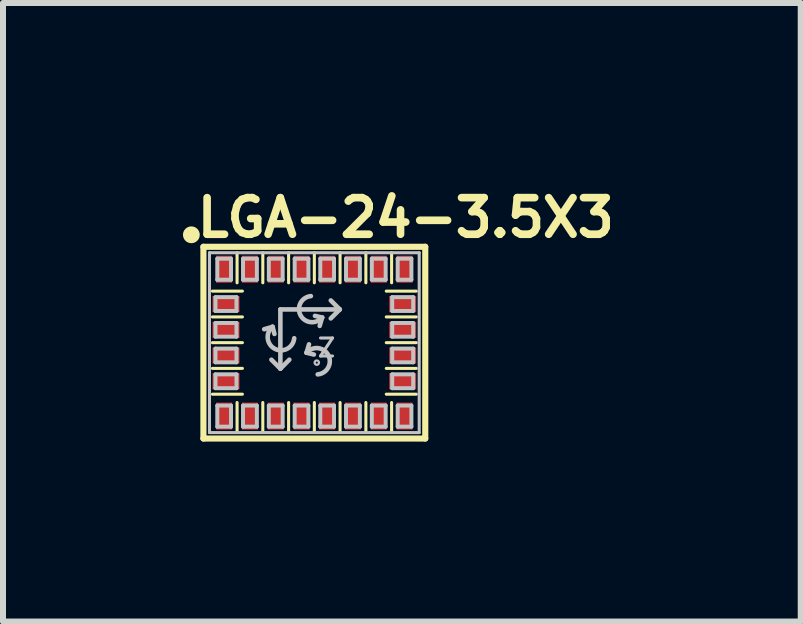
<source format=kicad_pcb>
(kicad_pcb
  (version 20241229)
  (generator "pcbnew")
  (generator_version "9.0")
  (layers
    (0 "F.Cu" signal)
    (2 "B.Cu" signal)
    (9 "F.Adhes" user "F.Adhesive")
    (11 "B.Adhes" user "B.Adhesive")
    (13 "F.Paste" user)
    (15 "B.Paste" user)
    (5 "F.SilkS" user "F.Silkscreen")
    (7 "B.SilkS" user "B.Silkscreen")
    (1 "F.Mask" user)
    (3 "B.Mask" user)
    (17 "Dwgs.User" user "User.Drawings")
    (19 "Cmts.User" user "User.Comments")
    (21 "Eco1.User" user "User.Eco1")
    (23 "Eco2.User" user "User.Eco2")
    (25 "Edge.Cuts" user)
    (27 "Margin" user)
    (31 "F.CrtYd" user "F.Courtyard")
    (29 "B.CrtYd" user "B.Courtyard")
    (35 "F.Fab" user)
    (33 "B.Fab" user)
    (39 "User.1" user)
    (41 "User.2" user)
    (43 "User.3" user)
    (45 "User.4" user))
  (footprint "LGA-24-3.5X3"
    (layer "F.Cu")
    (at 2.19 2.662)
    (property "Reference" "LGA-24-3.5X3" (at 1.524 -2.083 0) (layer "F.SilkS") (effects (font (size 0.61 0.61) (thickness 0.127))))
    (attr smd)
    (fp_line (start -1.849 -1.598) (end 1.849 -1.598) (stroke (width 0.102) (type solid)) (layer "F.SilkS"))
    (fp_line (start -1.849 1.598) (end -1.849 -1.598) (stroke (width 0.102) (type solid)) (layer "F.SilkS"))
    (fp_line (start -1.699 -0.859) (end -1.199 -0.859) (stroke (width 0.051) (type solid)) (layer "F.SilkS"))
    (fp_line (start -1.699 -0.429) (end -1.199 -0.429) (stroke (width 0.051) (type solid)) (layer "F.SilkS"))
    (fp_line (start -1.699 0) (end -1.199 0) (stroke (width 0.051) (type solid)) (layer "F.SilkS"))
    (fp_line (start -1.699 0.429) (end -1.199 0.429) (stroke (width 0.051) (type solid)) (layer "F.SilkS"))
    (fp_line (start -1.699 0.859) (end -1.199 0.859) (stroke (width 0.051) (type solid)) (layer "F.SilkS"))
    (fp_line (start -1.288 -1.499) (end -1.288 -0.998) (stroke (width 0.051) (type solid)) (layer "F.SilkS"))
    (fp_line (start -1.288 1.499) (end -1.288 0.998) (stroke (width 0.051) (type solid)) (layer "F.SilkS"))
    (fp_line (start -0.859 -1.499) (end -0.859 -0.998) (stroke (width 0.051) (type solid)) (layer "F.SilkS"))
    (fp_line (start -0.859 1.499) (end -0.859 0.998) (stroke (width 0.051) (type solid)) (layer "F.SilkS"))
    (fp_line (start -0.429 -1.499) (end -0.429 -0.998) (stroke (width 0.051) (type solid)) (layer "F.SilkS"))
    (fp_line (start -0.429 1.499) (end -0.429 0.998) (stroke (width 0.051) (type solid)) (layer "F.SilkS"))
    (fp_line (start 0 -1.499) (end 0 -0.998) (stroke (width 0.051) (type solid)) (layer "F.SilkS"))
    (fp_line (start 0 1.499) (end 0 0.998) (stroke (width 0.051) (type solid)) (layer "F.SilkS"))
    (fp_line (start 0.429 -1.499) (end 0.429 -0.998) (stroke (width 0.051) (type solid)) (layer "F.SilkS"))
    (fp_line (start 0.429 1.499) (end 0.429 0.998) (stroke (width 0.051) (type solid)) (layer "F.SilkS"))
    (fp_line (start 0.859 -1.499) (end 0.859 -0.998) (stroke (width 0.051) (type solid)) (layer "F.SilkS"))
    (fp_line (start 0.859 1.499) (end 0.859 0.998) (stroke (width 0.051) (type solid)) (layer "F.SilkS"))
    (fp_line (start 1.288 -1.499) (end 1.288 -0.998) (stroke (width 0.051) (type solid)) (layer "F.SilkS"))
    (fp_line (start 1.288 1.499) (end 1.288 0.998) (stroke (width 0.051) (type solid)) (layer "F.SilkS"))
    (fp_line (start 1.699 -0.859) (end 1.199 -0.859) (stroke (width 0.051) (type solid)) (layer "F.SilkS"))
    (fp_line (start 1.699 -0.429) (end 1.199 -0.429) (stroke (width 0.051) (type solid)) (layer "F.SilkS"))
    (fp_line (start 1.699 0) (end 1.199 0) (stroke (width 0.051) (type solid)) (layer "F.SilkS"))
    (fp_line (start 1.699 0.429) (end 1.199 0.429) (stroke (width 0.051) (type solid)) (layer "F.SilkS"))
    (fp_line (start 1.699 0.859) (end 1.199 0.859) (stroke (width 0.051) (type solid)) (layer "F.SilkS"))
    (fp_line (start 1.849 -1.598) (end 1.849 1.598) (stroke (width 0.102) (type solid)) (layer "F.SilkS"))
    (fp_line (start 1.849 1.598) (end -1.849 1.598) (stroke (width 0.102) (type solid)) (layer "F.SilkS"))
    (fp_circle (center -2.05 -1.798) (end -2.149 -1.897) (stroke (width 0) (type solid)) (fill yes) (layer "F.SilkS"))
    (fp_line (start -1.748 -1.499) (end 1.748 -1.499) (stroke (width 0.051) (type solid)) (layer "Dwgs.User"))
    (fp_line (start -1.748 1.499) (end -1.748 -1.499) (stroke (width 0.051) (type solid)) (layer "Dwgs.User"))
    (fp_line (start -1.648 -0.759) (end -1.298 -0.759) (stroke (width 0.066) (type solid)) (layer "Dwgs.User"))
    (fp_line (start -1.648 -0.528) (end -1.648 -0.759) (stroke (width 0.066) (type solid)) (layer "Dwgs.User"))
    (fp_line (start -1.648 -0.528) (end -1.298 -0.528) (stroke (width 0.066) (type solid)) (layer "Dwgs.User"))
    (fp_line (start -1.648 -0.328) (end -1.298 -0.328) (stroke (width 0.066) (type solid)) (layer "Dwgs.User"))
    (fp_line (start -1.648 -0.099) (end -1.648 -0.328) (stroke (width 0.066) (type solid)) (layer "Dwgs.User"))
    (fp_line (start -1.648 -0.099) (end -1.298 -0.099) (stroke (width 0.066) (type solid)) (layer "Dwgs.User"))
    (fp_line (start -1.648 0.099) (end -1.298 0.099) (stroke (width 0.066) (type solid)) (layer "Dwgs.User"))
    (fp_line (start -1.648 0.328) (end -1.648 0.099) (stroke (width 0.066) (type solid)) (layer "Dwgs.User"))
    (fp_line (start -1.648 0.328) (end -1.298 0.328) (stroke (width 0.066) (type solid)) (layer "Dwgs.User"))
    (fp_line (start -1.648 0.528) (end -1.298 0.528) (stroke (width 0.066) (type solid)) (layer "Dwgs.User"))
    (fp_line (start -1.648 0.759) (end -1.648 0.528) (stroke (width 0.066) (type solid)) (layer "Dwgs.User"))
    (fp_line (start -1.648 0.759) (end -1.298 0.759) (stroke (width 0.066) (type solid)) (layer "Dwgs.User"))
    (fp_line (start -1.618 -1.4) (end -1.389 -1.4) (stroke (width 0.066) (type solid)) (layer "Dwgs.User"))
    (fp_line (start -1.618 -1.049) (end -1.618 -1.4) (stroke (width 0.066) (type solid)) (layer "Dwgs.User"))
    (fp_line (start -1.618 -1.049) (end -1.389 -1.049) (stroke (width 0.066) (type solid)) (layer "Dwgs.User"))
    (fp_line (start -1.618 1.049) (end -1.389 1.049) (stroke (width 0.066) (type solid)) (layer "Dwgs.User"))
    (fp_line (start -1.618 1.4) (end -1.618 1.049) (stroke (width 0.066) (type solid)) (layer "Dwgs.User"))
    (fp_line (start -1.618 1.4) (end -1.389 1.4) (stroke (width 0.066) (type solid)) (layer "Dwgs.User"))
    (fp_line (start -1.389 -1.049) (end -1.389 -1.4) (stroke (width 0.066) (type solid)) (layer "Dwgs.User"))
    (fp_line (start -1.389 1.4) (end -1.389 1.049) (stroke (width 0.066) (type solid)) (layer "Dwgs.User"))
    (fp_line (start -1.298 -0.528) (end -1.298 -0.759) (stroke (width 0.066) (type solid)) (layer "Dwgs.User"))
    (fp_line (start -1.298 -0.099) (end -1.298 -0.328) (stroke (width 0.066) (type solid)) (layer "Dwgs.User"))
    (fp_line (start -1.298 0.328) (end -1.298 0.099) (stroke (width 0.066) (type solid)) (layer "Dwgs.User"))
    (fp_line (start -1.298 0.759) (end -1.298 0.528) (stroke (width 0.066) (type solid)) (layer "Dwgs.User"))
    (fp_line (start -1.189 -1.4) (end -0.958 -1.4) (stroke (width 0.066) (type solid)) (layer "Dwgs.User"))
    (fp_line (start -1.189 -1.049) (end -1.189 -1.4) (stroke (width 0.066) (type solid)) (layer "Dwgs.User"))
    (fp_line (start -1.189 -1.049) (end -0.958 -1.049) (stroke (width 0.066) (type solid)) (layer "Dwgs.User"))
    (fp_line (start -1.189 1.049) (end -0.958 1.049) (stroke (width 0.066) (type solid)) (layer "Dwgs.User"))
    (fp_line (start -1.189 1.4) (end -1.189 1.049) (stroke (width 0.066) (type solid)) (layer "Dwgs.User"))
    (fp_line (start -1.189 1.4) (end -0.958 1.4) (stroke (width 0.066) (type solid)) (layer "Dwgs.User"))
    (fp_line (start -0.958 -1.049) (end -0.958 -1.4) (stroke (width 0.066) (type solid)) (layer "Dwgs.User"))
    (fp_line (start -0.958 1.4) (end -0.958 1.049) (stroke (width 0.066) (type solid)) (layer "Dwgs.User"))
    (fp_line (start -0.759 -1.4) (end -0.528 -1.4) (stroke (width 0.066) (type solid)) (layer "Dwgs.User"))
    (fp_line (start -0.759 -1.049) (end -0.759 -1.4) (stroke (width 0.066) (type solid)) (layer "Dwgs.User"))
    (fp_line (start -0.759 -1.049) (end -0.528 -1.049) (stroke (width 0.066) (type solid)) (layer "Dwgs.User"))
    (fp_line (start -0.759 1.049) (end -0.528 1.049) (stroke (width 0.066) (type solid)) (layer "Dwgs.User"))
    (fp_line (start -0.759 1.4) (end -0.759 1.049) (stroke (width 0.066) (type solid)) (layer "Dwgs.User"))
    (fp_line (start -0.759 1.4) (end -0.528 1.4) (stroke (width 0.066) (type solid)) (layer "Dwgs.User"))
    (fp_line (start -0.696 -0.264) (end -0.836 -0.224) (stroke (width 0.076) (type solid)) (layer "Dwgs.User"))
    (fp_line (start -0.696 -0.264) (end -0.665 -0.145) (stroke (width 0.076) (type solid)) (layer "Dwgs.User"))
    (fp_line (start -0.566 0.432) (end -0.566 -0.554) (stroke (width 0.076) (type solid)) (layer "Dwgs.User"))
    (fp_line (start -0.566 0.434) (end -0.716 0.284) (stroke (width 0.076) (type solid)) (layer "Dwgs.User"))
    (fp_line (start -0.566 0.434) (end -0.417 0.284) (stroke (width 0.076) (type solid)) (layer "Dwgs.User"))
    (fp_line (start -0.528 -1.049) (end -0.528 -1.4) (stroke (width 0.066) (type solid)) (layer "Dwgs.User"))
    (fp_line (start -0.528 1.4) (end -0.528 1.049) (stroke (width 0.066) (type solid)) (layer "Dwgs.User"))
    (fp_line (start -0.328 -1.4) (end -0.099 -1.4) (stroke (width 0.066) (type solid)) (layer "Dwgs.User"))
    (fp_line (start -0.328 -1.049) (end -0.328 -1.4) (stroke (width 0.066) (type solid)) (layer "Dwgs.User"))
    (fp_line (start -0.328 -1.049) (end -0.099 -1.049) (stroke (width 0.066) (type solid)) (layer "Dwgs.User"))
    (fp_line (start -0.328 1.049) (end -0.099 1.049) (stroke (width 0.066) (type solid)) (layer "Dwgs.User"))
    (fp_line (start -0.328 1.4) (end -0.328 1.049) (stroke (width 0.066) (type solid)) (layer "Dwgs.User"))
    (fp_line (start -0.328 1.4) (end -0.099 1.4) (stroke (width 0.066) (type solid)) (layer "Dwgs.User"))
    (fp_line (start -0.13 0.168) (end -0.089 0.028) (stroke (width 0.076) (type solid)) (layer "Dwgs.User"))
    (fp_line (start -0.13 0.168) (end -0.008 0.198) (stroke (width 0.076) (type solid)) (layer "Dwgs.User"))
    (fp_line (start -0.099 -1.049) (end -0.099 -1.4) (stroke (width 0.066) (type solid)) (layer "Dwgs.User"))
    (fp_line (start -0.099 1.4) (end -0.099 1.049) (stroke (width 0.066) (type solid)) (layer "Dwgs.User"))
    (fp_line (start 0.099 -1.4) (end 0.328 -1.4) (stroke (width 0.066) (type solid)) (layer "Dwgs.User"))
    (fp_line (start 0.099 -1.049) (end 0.099 -1.4) (stroke (width 0.066) (type solid)) (layer "Dwgs.User"))
    (fp_line (start 0.099 -1.049) (end 0.328 -1.049) (stroke (width 0.066) (type solid)) (layer "Dwgs.User"))
    (fp_line (start 0.099 1.049) (end 0.328 1.049) (stroke (width 0.066) (type solid)) (layer "Dwgs.User"))
    (fp_line (start 0.099 1.4) (end 0.099 1.049) (stroke (width 0.066) (type solid)) (layer "Dwgs.User"))
    (fp_line (start 0.099 1.4) (end 0.328 1.4) (stroke (width 0.066) (type solid)) (layer "Dwgs.User"))
    (fp_line (start 0.13 -0.419) (end 0.01 -0.447) (stroke (width 0.076) (type solid)) (layer "Dwgs.User"))
    (fp_line (start 0.13 -0.419) (end 0.089 -0.279) (stroke (width 0.076) (type solid)) (layer "Dwgs.User"))
    (fp_line (start 0.328 -1.049) (end 0.328 -1.4) (stroke (width 0.066) (type solid)) (layer "Dwgs.User"))
    (fp_line (start 0.328 1.4) (end 0.328 1.049) (stroke (width 0.066) (type solid)) (layer "Dwgs.User"))
    (fp_line (start 0.424 -0.554) (end -0.566 -0.554) (stroke (width 0.076) (type solid)) (layer "Dwgs.User"))
    (fp_line (start 0.424 -0.554) (end 0.274 -0.704) (stroke (width 0.076) (type solid)) (layer "Dwgs.User"))
    (fp_line (start 0.424 -0.554) (end 0.274 -0.404) (stroke (width 0.076) (type solid)) (layer "Dwgs.User"))
    (fp_line (start 0.528 -1.4) (end 0.759 -1.4) (stroke (width 0.066) (type solid)) (layer "Dwgs.User"))
    (fp_line (start 0.528 -1.049) (end 0.528 -1.4) (stroke (width 0.066) (type solid)) (layer "Dwgs.User"))
    (fp_line (start 0.528 -1.049) (end 0.759 -1.049) (stroke (width 0.066) (type solid)) (layer "Dwgs.User"))
    (fp_line (start 0.528 1.049) (end 0.759 1.049) (stroke (width 0.066) (type solid)) (layer "Dwgs.User"))
    (fp_line (start 0.528 1.4) (end 0.528 1.049) (stroke (width 0.066) (type solid)) (layer "Dwgs.User"))
    (fp_line (start 0.528 1.4) (end 0.759 1.4) (stroke (width 0.066) (type solid)) (layer "Dwgs.User"))
    (fp_line (start 0.759 -1.049) (end 0.759 -1.4) (stroke (width 0.066) (type solid)) (layer "Dwgs.User"))
    (fp_line (start 0.759 1.4) (end 0.759 1.049) (stroke (width 0.066) (type solid)) (layer "Dwgs.User"))
    (fp_line (start 0.958 -1.4) (end 1.189 -1.4) (stroke (width 0.066) (type solid)) (layer "Dwgs.User"))
    (fp_line (start 0.958 -1.049) (end 0.958 -1.4) (stroke (width 0.066) (type solid)) (layer "Dwgs.User"))
    (fp_line (start 0.958 -1.049) (end 1.189 -1.049) (stroke (width 0.066) (type solid)) (layer "Dwgs.User"))
    (fp_line (start 0.958 1.049) (end 1.189 1.049) (stroke (width 0.066) (type solid)) (layer "Dwgs.User"))
    (fp_line (start 0.958 1.4) (end 0.958 1.049) (stroke (width 0.066) (type solid)) (layer "Dwgs.User"))
    (fp_line (start 0.958 1.4) (end 1.189 1.4) (stroke (width 0.066) (type solid)) (layer "Dwgs.User"))
    (fp_line (start 1.189 -1.049) (end 1.189 -1.4) (stroke (width 0.066) (type solid)) (layer "Dwgs.User"))
    (fp_line (start 1.189 1.4) (end 1.189 1.049) (stroke (width 0.066) (type solid)) (layer "Dwgs.User"))
    (fp_line (start 1.298 -0.759) (end 1.648 -0.759) (stroke (width 0.066) (type solid)) (layer "Dwgs.User"))
    (fp_line (start 1.298 -0.528) (end 1.298 -0.759) (stroke (width 0.066) (type solid)) (layer "Dwgs.User"))
    (fp_line (start 1.298 -0.528) (end 1.648 -0.528) (stroke (width 0.066) (type solid)) (layer "Dwgs.User"))
    (fp_line (start 1.298 -0.328) (end 1.648 -0.328) (stroke (width 0.066) (type solid)) (layer "Dwgs.User"))
    (fp_line (start 1.298 -0.099) (end 1.298 -0.328) (stroke (width 0.066) (type solid)) (layer "Dwgs.User"))
    (fp_line (start 1.298 -0.099) (end 1.648 -0.099) (stroke (width 0.066) (type solid)) (layer "Dwgs.User"))
    (fp_line (start 1.298 0.099) (end 1.648 0.099) (stroke (width 0.066) (type solid)) (layer "Dwgs.User"))
    (fp_line (start 1.298 0.328) (end 1.298 0.099) (stroke (width 0.066) (type solid)) (layer "Dwgs.User"))
    (fp_line (start 1.298 0.328) (end 1.648 0.328) (stroke (width 0.066) (type solid)) (layer "Dwgs.User"))
    (fp_line (start 1.298 0.528) (end 1.648 0.528) (stroke (width 0.066) (type solid)) (layer "Dwgs.User"))
    (fp_line (start 1.298 0.759) (end 1.298 0.528) (stroke (width 0.066) (type solid)) (layer "Dwgs.User"))
    (fp_line (start 1.298 0.759) (end 1.648 0.759) (stroke (width 0.066) (type solid)) (layer "Dwgs.User"))
    (fp_line (start 1.389 -1.4) (end 1.618 -1.4) (stroke (width 0.066) (type solid)) (layer "Dwgs.User"))
    (fp_line (start 1.389 -1.049) (end 1.389 -1.4) (stroke (width 0.066) (type solid)) (layer "Dwgs.User"))
    (fp_line (start 1.389 -1.049) (end 1.618 -1.049) (stroke (width 0.066) (type solid)) (layer "Dwgs.User"))
    (fp_line (start 1.389 1.049) (end 1.618 1.049) (stroke (width 0.066) (type solid)) (layer "Dwgs.User"))
    (fp_line (start 1.389 1.4) (end 1.389 1.049) (stroke (width 0.066) (type solid)) (layer "Dwgs.User"))
    (fp_line (start 1.389 1.4) (end 1.618 1.4) (stroke (width 0.066) (type solid)) (layer "Dwgs.User"))
    (fp_line (start 1.618 -1.049) (end 1.618 -1.4) (stroke (width 0.066) (type solid)) (layer "Dwgs.User"))
    (fp_line (start 1.618 1.4) (end 1.618 1.049) (stroke (width 0.066) (type solid)) (layer "Dwgs.User"))
    (fp_line (start 1.648 -0.528) (end 1.648 -0.759) (stroke (width 0.066) (type solid)) (layer "Dwgs.User"))
    (fp_line (start 1.648 -0.099) (end 1.648 -0.328) (stroke (width 0.066) (type solid)) (layer "Dwgs.User"))
    (fp_line (start 1.648 0.328) (end 1.648 0.099) (stroke (width 0.066) (type solid)) (layer "Dwgs.User"))
    (fp_line (start 1.648 0.759) (end 1.648 0.528) (stroke (width 0.066) (type solid)) (layer "Dwgs.User"))
    (fp_line (start 1.748 -1.499) (end 1.748 1.499) (stroke (width 0.051) (type solid)) (layer "Dwgs.User"))
    (fp_line (start 1.748 1.499) (end -1.748 1.499) (stroke (width 0.051) (type solid)) (layer "Dwgs.User"))
    (fp_arc (start -0.33528 -0.07366) (mid -0.659599 0.102403) (end -0.698148 -0.264605) (stroke (width 0.0762) (type solid)) (layer "Dwgs.User"))
    (fp_arc (start -0.12954 0.16764) (mid 0.233666 0.209434) (end 0.056061 0.528998) (stroke (width 0.0762) (type solid)) (layer "Dwgs.User"))
    (fp_arc (start 0.12954 -0.4191) (mid -0.231319 -0.457382) (end -0.057857 -0.776122) (stroke (width 0.0762) (type solid)) (layer "Dwgs.User"))
    (fp_circle (center 0.041 0.333) (end 0.053 0.345) (stroke (width 0.038) (type solid)) (fill no) (layer "Dwgs.User"))
    (fp_text user "Z" (at 0.203 0.086 180) (layer "Dwgs.User") (effects (font (size 0.3 0.3) (thickness 0.051))))
    (pad "1" smd rect (at -1.504 -1.224 90) (size 0.45 0.269) (layers "F.Cu" "F.Mask" "F.Paste"))
    (pad "2" smd rect (at -1.473 -0.643 180) (size 0.45 0.269) (layers "F.Cu" "F.Mask" "F.Paste"))
    (pad "3" smd rect (at -1.473 -0.213 180) (size 0.45 0.269) (layers "F.Cu" "F.Mask" "F.Paste"))
    (pad "4" smd rect (at -1.473 0.213 180) (size 0.45 0.269) (layers "F.Cu" "F.Mask" "F.Paste"))
    (pad "5" smd rect (at -1.473 0.643 180) (size 0.45 0.269) (layers "F.Cu" "F.Mask" "F.Paste"))
    (pad "6" smd rect (at -1.504 1.224 270) (size 0.45 0.269) (layers "F.Cu" "F.Mask" "F.Paste"))
    (pad "7" smd rect (at -1.074 1.224 270) (size 0.45 0.269) (layers "F.Cu" "F.Mask" "F.Paste"))
    (pad "8" smd rect (at -0.643 1.224 270) (size 0.45 0.269) (layers "F.Cu" "F.Mask" "F.Paste"))
    (pad "9" smd rect (at -0.213 1.224 270) (size 0.45 0.269) (layers "F.Cu" "F.Mask" "F.Paste"))
    (pad "10" smd rect (at 0.213 1.224 270) (size 0.45 0.269) (layers "F.Cu" "F.Mask" "F.Paste"))
    (pad "11" smd rect (at 0.643 1.224 270) (size 0.45 0.269) (layers "F.Cu" "F.Mask" "F.Paste"))
    (pad "12" smd rect (at 1.074 1.224 270) (size 0.45 0.269) (layers "F.Cu" "F.Mask" "F.Paste"))
    (pad "13" smd rect (at 1.504 1.224 270) (size 0.45 0.269) (layers "F.Cu" "F.Mask" "F.Paste"))
    (pad "14" smd rect (at 1.473 0.643) (size 0.45 0.269) (layers "F.Cu" "F.Mask" "F.Paste"))
    (pad "15" smd rect (at 1.473 0.213) (size 0.45 0.269) (layers "F.Cu" "F.Mask" "F.Paste"))
    (pad "16" smd rect (at 1.473 -0.213) (size 0.45 0.269) (layers "F.Cu" "F.Mask" "F.Paste"))
    (pad "17" smd rect (at 1.473 -0.643) (size 0.45 0.269) (layers "F.Cu" "F.Mask" "F.Paste"))
    (pad "18" smd rect (at 1.504 -1.224 90) (size 0.45 0.269) (layers "F.Cu" "F.Mask" "F.Paste"))
    (pad "19" smd rect (at 1.074 -1.224 90) (size 0.45 0.269) (layers "F.Cu" "F.Mask" "F.Paste"))
    (pad "20" smd rect (at 0.643 -1.224 90) (size 0.45 0.269) (layers "F.Cu" "F.Mask" "F.Paste"))
    (pad "21" smd rect (at 0.213 -1.224 90) (size 0.45 0.269) (layers "F.Cu" "F.Mask" "F.Paste"))
    (pad "22" smd rect (at -0.213 -1.224 90) (size 0.45 0.269) (layers "F.Cu" "F.Mask" "F.Paste"))
    (pad "23" smd rect (at -0.643 -1.224 90) (size 0.45 0.269) (layers "F.Cu" "F.Mask" "F.Paste"))
    (pad "24" smd rect (at -1.074 -1.224 90) (size 0.45 0.269) (layers "F.Cu" "F.Mask" "F.Paste")))
  (gr_rect
    (start -3 -3)
    (end 10.298 7.311)
    (stroke (width 0.1) (type default))
    (fill no)
    (layer "Edge.Cuts")))
</source>
